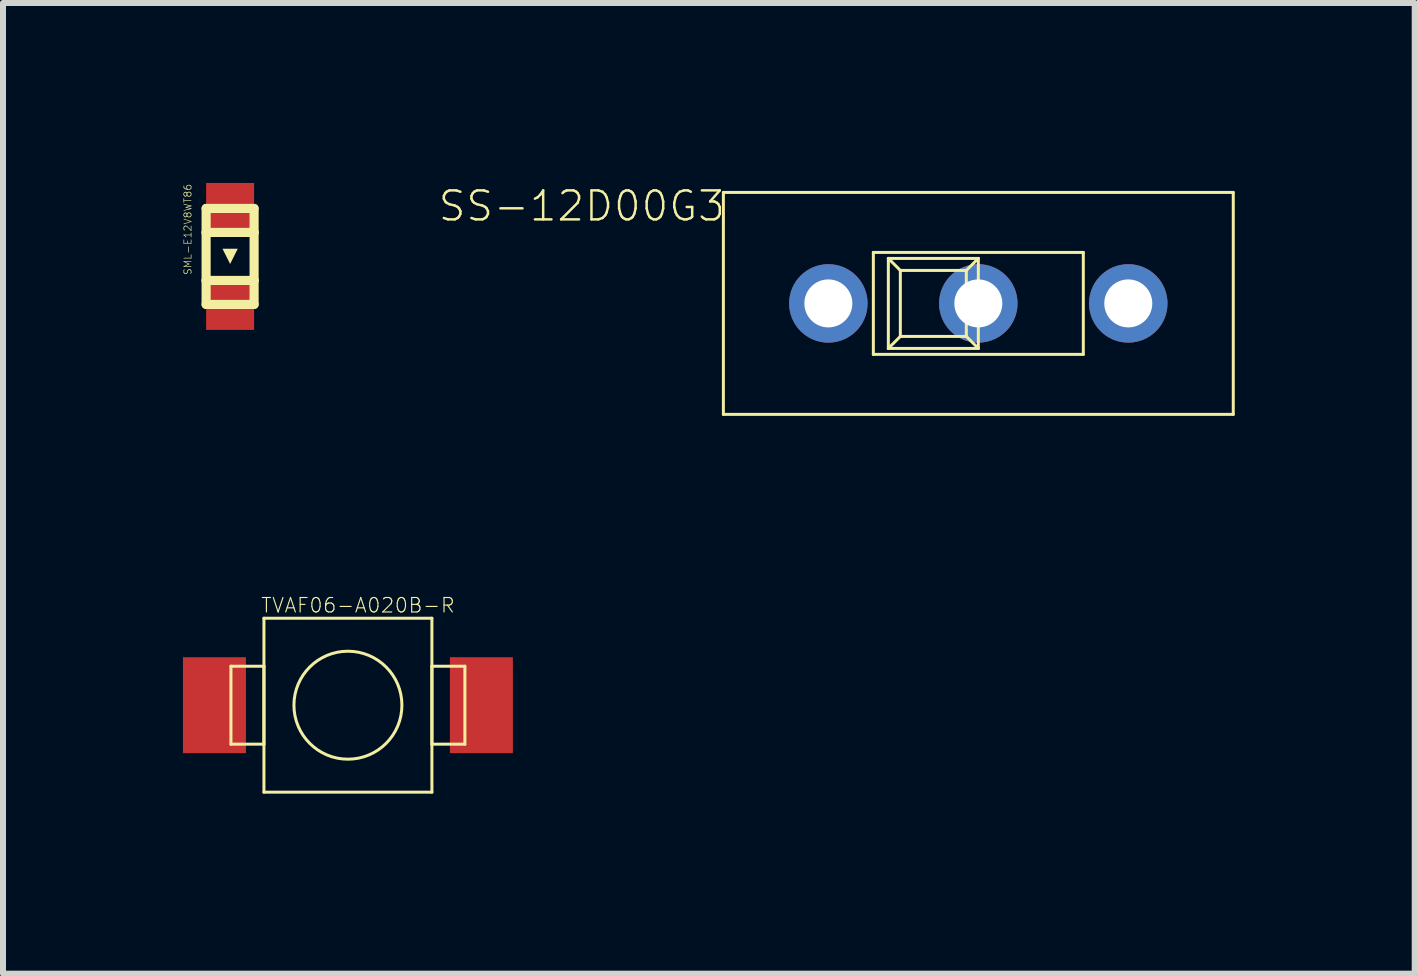
<source format=kicad_pcb>
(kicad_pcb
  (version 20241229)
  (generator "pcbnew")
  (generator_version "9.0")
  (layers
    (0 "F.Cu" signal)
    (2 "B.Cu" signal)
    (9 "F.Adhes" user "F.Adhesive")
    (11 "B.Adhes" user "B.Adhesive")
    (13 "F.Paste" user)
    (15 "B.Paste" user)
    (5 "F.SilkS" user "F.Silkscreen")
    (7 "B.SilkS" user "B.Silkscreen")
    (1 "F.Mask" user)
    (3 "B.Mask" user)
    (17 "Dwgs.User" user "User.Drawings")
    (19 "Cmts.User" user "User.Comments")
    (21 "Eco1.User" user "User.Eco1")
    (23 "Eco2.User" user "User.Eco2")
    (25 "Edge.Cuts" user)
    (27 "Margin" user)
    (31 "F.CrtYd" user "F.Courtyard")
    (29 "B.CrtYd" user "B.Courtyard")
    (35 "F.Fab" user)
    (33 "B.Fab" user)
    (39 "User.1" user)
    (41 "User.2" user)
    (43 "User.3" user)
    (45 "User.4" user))
  (footprint "SS-12D00G3"
    (layer "F.Cu")
    (at 13.259 2.008)
    (property "Reference" "SS-12D00G3" (at -4.191 -1.905 0) (layer "F.SilkS") (effects (font (size 0.483 0.483) (thickness 0.041)) (justify right top)))
    (attr through_hole)
    (fp_line (start -4.25 -1.85) (end -4.25 1.85) (stroke (width 0.05) (type solid)) (layer "F.SilkS"))
    (fp_line (start -4.25 1.85) (end 4.25 1.85) (stroke (width 0.05) (type solid)) (layer "F.SilkS"))
    (fp_line (start -1.75 -0.85) (end -1.75 0.85) (stroke (width 0.05) (type solid)) (layer "F.SilkS"))
    (fp_line (start -1.75 0.85) (end 1.75 0.85) (stroke (width 0.05) (type solid)) (layer "F.SilkS"))
    (fp_line (start -1.5 -0.75) (end -1.5 0.75) (stroke (width 0.05) (type solid)) (layer "F.SilkS"))
    (fp_line (start -1.5 0.75) (end 0 0.75) (stroke (width 0.05) (type solid)) (layer "F.SilkS"))
    (fp_line (start -1.3 -0.55) (end -1.5 -0.75) (stroke (width 0.05) (type solid)) (layer "F.SilkS"))
    (fp_line (start -1.3 -0.55) (end -1.3 0.55) (stroke (width 0.05) (type solid)) (layer "F.SilkS"))
    (fp_line (start -1.3 0.55) (end -1.5 0.75) (stroke (width 0.05) (type solid)) (layer "F.SilkS"))
    (fp_line (start -1.3 0.55) (end -0.2 0.55) (stroke (width 0.05) (type solid)) (layer "F.SilkS"))
    (fp_line (start -0.2 -0.55) (end -1.3 -0.55) (stroke (width 0.05) (type solid)) (layer "F.SilkS"))
    (fp_line (start -0.2 -0.55) (end 0 -0.75) (stroke (width 0.05) (type solid)) (layer "F.SilkS"))
    (fp_line (start -0.2 0.55) (end -0.2 -0.55) (stroke (width 0.05) (type solid)) (layer "F.SilkS"))
    (fp_line (start -0.2 0.55) (end 0 0.75) (stroke (width 0.05) (type solid)) (layer "F.SilkS"))
    (fp_line (start 0 -0.75) (end -1.5 -0.75) (stroke (width 0.05) (type solid)) (layer "F.SilkS"))
    (fp_line (start 0 0.75) (end 0 -0.75) (stroke (width 0.05) (type solid)) (layer "F.SilkS"))
    (fp_line (start 1.75 -0.85) (end -1.75 -0.85) (stroke (width 0.05) (type solid)) (layer "F.SilkS"))
    (fp_line (start 1.75 0.85) (end 1.75 -0.85) (stroke (width 0.05) (type solid)) (layer "F.SilkS"))
    (fp_line (start 4.25 -1.85) (end -4.25 -1.85) (stroke (width 0.05) (type solid)) (layer "F.SilkS"))
    (fp_line (start 4.25 1.85) (end 4.25 -1.85) (stroke (width 0.05) (type solid)) (layer "F.SilkS"))
    (pad "C" thru_hole circle (at 0 0) (size 1.308 1.308) (drill 0.8) (layers "*.Cu" "*.Mask"))
    (pad "L" thru_hole circle (at -2.5 0) (size 1.308 1.308) (drill 0.8) (layers "*.Cu" "*.Mask"))
    (pad "R" thru_hole circle (at 2.5 0) (size 1.308 1.308) (drill 0.8) (layers "*.Cu" "*.Mask")))
  (footprint "TVAF06-A020B-R"
    (layer "F.Cu")
    (at 0.525 8.706)
    (property "Reference" "TVAF06-A020B-R" (at 0.762 -1.524 180) (layer "F.SilkS") (effects (font (size 0.241 0.241) (thickness 0.019)) (justify left bottom)))
    (attr through_hole)
    (fp_line (start 0.275 -0.65) (end 0.275 0.65) (stroke (width 0.05) (type solid)) (layer "F.SilkS"))
    (fp_line (start 0.275 0.65) (end 0.825 0.65) (stroke (width 0.05) (type solid)) (layer "F.SilkS"))
    (fp_line (start 0.825 -1.45) (end 0.825 1.45) (stroke (width 0.05) (type solid)) (layer "F.SilkS"))
    (fp_line (start 0.825 -1.45) (end 3.625 -1.45) (stroke (width 0.05) (type solid)) (layer "F.SilkS"))
    (fp_line (start 0.825 -0.65) (end 0.275 -0.65) (stroke (width 0.05) (type solid)) (layer "F.SilkS"))
    (fp_line (start 0.825 0.65) (end 0.825 -0.65) (stroke (width 0.05) (type solid)) (layer "F.SilkS"))
    (fp_line (start 0.825 1.45) (end 3.625 1.45) (stroke (width 0.05) (type solid)) (layer "F.SilkS"))
    (fp_line (start 3.625 -1.45) (end 3.625 1.45) (stroke (width 0.05) (type solid)) (layer "F.SilkS"))
    (fp_line (start 3.625 -0.65) (end 3.625 0.65) (stroke (width 0.05) (type solid)) (layer "F.SilkS"))
    (fp_line (start 3.625 0.65) (end 4.175 0.65) (stroke (width 0.05) (type solid)) (layer "F.SilkS"))
    (fp_line (start 4.175 -0.65) (end 3.625 -0.65) (stroke (width 0.05) (type solid)) (layer "F.SilkS"))
    (fp_line (start 4.175 0.65) (end 4.175 -0.65) (stroke (width 0.05) (type solid)) (layer "F.SilkS"))
    (fp_circle (center 2.225 0) (end 3.125 0) (stroke (width 0.05) (type solid)) (fill no) (layer "F.SilkS"))
    (pad "LEFT" smd rect (at 0 0) (size 1.05 1.6) (layers "F.Cu" "F.Mask" "F.Paste"))
    (pad "RIGHT" smd rect (at 4.45 0) (size 1.05 1.6) (layers "F.Cu" "F.Mask" "F.Paste")))
  (footprint "SML-E12V8WT86"
    (layer "F.Cu")
    (at 0.786 2.05)
    (property "Reference" "SML-E12V8WT86" (at -0.635 -0.508 90) (layer "F.SilkS") (effects (font (size 0.121 0.121) (thickness 0.01)) (justify left bottom)))
    (attr through_hole)
    (fp_line (start -0.4 -1.625) (end -0.4 -1.225) (stroke (width 0.152) (type solid)) (layer "F.SilkS"))
    (fp_line (start -0.4 -1.225) (end -0.4 -0.425) (stroke (width 0.152) (type solid)) (layer "F.SilkS"))
    (fp_line (start -0.4 -1.225) (end 0.4 -1.225) (stroke (width 0.152) (type solid)) (layer "F.SilkS"))
    (fp_line (start -0.4 -0.425) (end -0.4 -0.025) (stroke (width 0.152) (type solid)) (layer "F.SilkS"))
    (fp_line (start -0.4 -0.425) (end 0.4 -0.425) (stroke (width 0.152) (type solid)) (layer "F.SilkS"))
    (fp_line (start -0.4 -0.025) (end 0.4 -0.025) (stroke (width 0.152) (type solid)) (layer "F.SilkS"))
    (fp_line (start 0.4 -1.625) (end -0.4 -1.625) (stroke (width 0.152) (type solid)) (layer "F.SilkS"))
    (fp_line (start 0.4 -1.225) (end 0.4 -1.625) (stroke (width 0.152) (type solid)) (layer "F.SilkS"))
    (fp_line (start 0.4 -0.425) (end 0.4 -1.225) (stroke (width 0.152) (type solid)) (layer "F.SilkS"))
    (fp_line (start 0.4 -0.025) (end 0.4 -0.425) (stroke (width 0.152) (type solid)) (layer "F.SilkS"))
    (fp_poly (pts (xy -0.127 -0.953) (xy 0.127 -0.953) (xy 0 -0.699)) (stroke (width 0) (type solid)) (fill yes) (layer "F.SilkS"))
    (pad "A" smd rect (at 0 -1.65) (size 0.8 0.8) (layers "F.Cu" "F.Mask" "F.Paste"))
    (pad "K" smd rect (at 0 0) (size 0.8 0.8) (layers "F.Cu" "F.Mask" "F.Paste")))
  (gr_rect
    (start -3 -3)
    (end 20.534 13.181)
    (stroke (width 0.1) (type default))
    (fill no)
    (layer "Edge.Cuts")))
</source>
